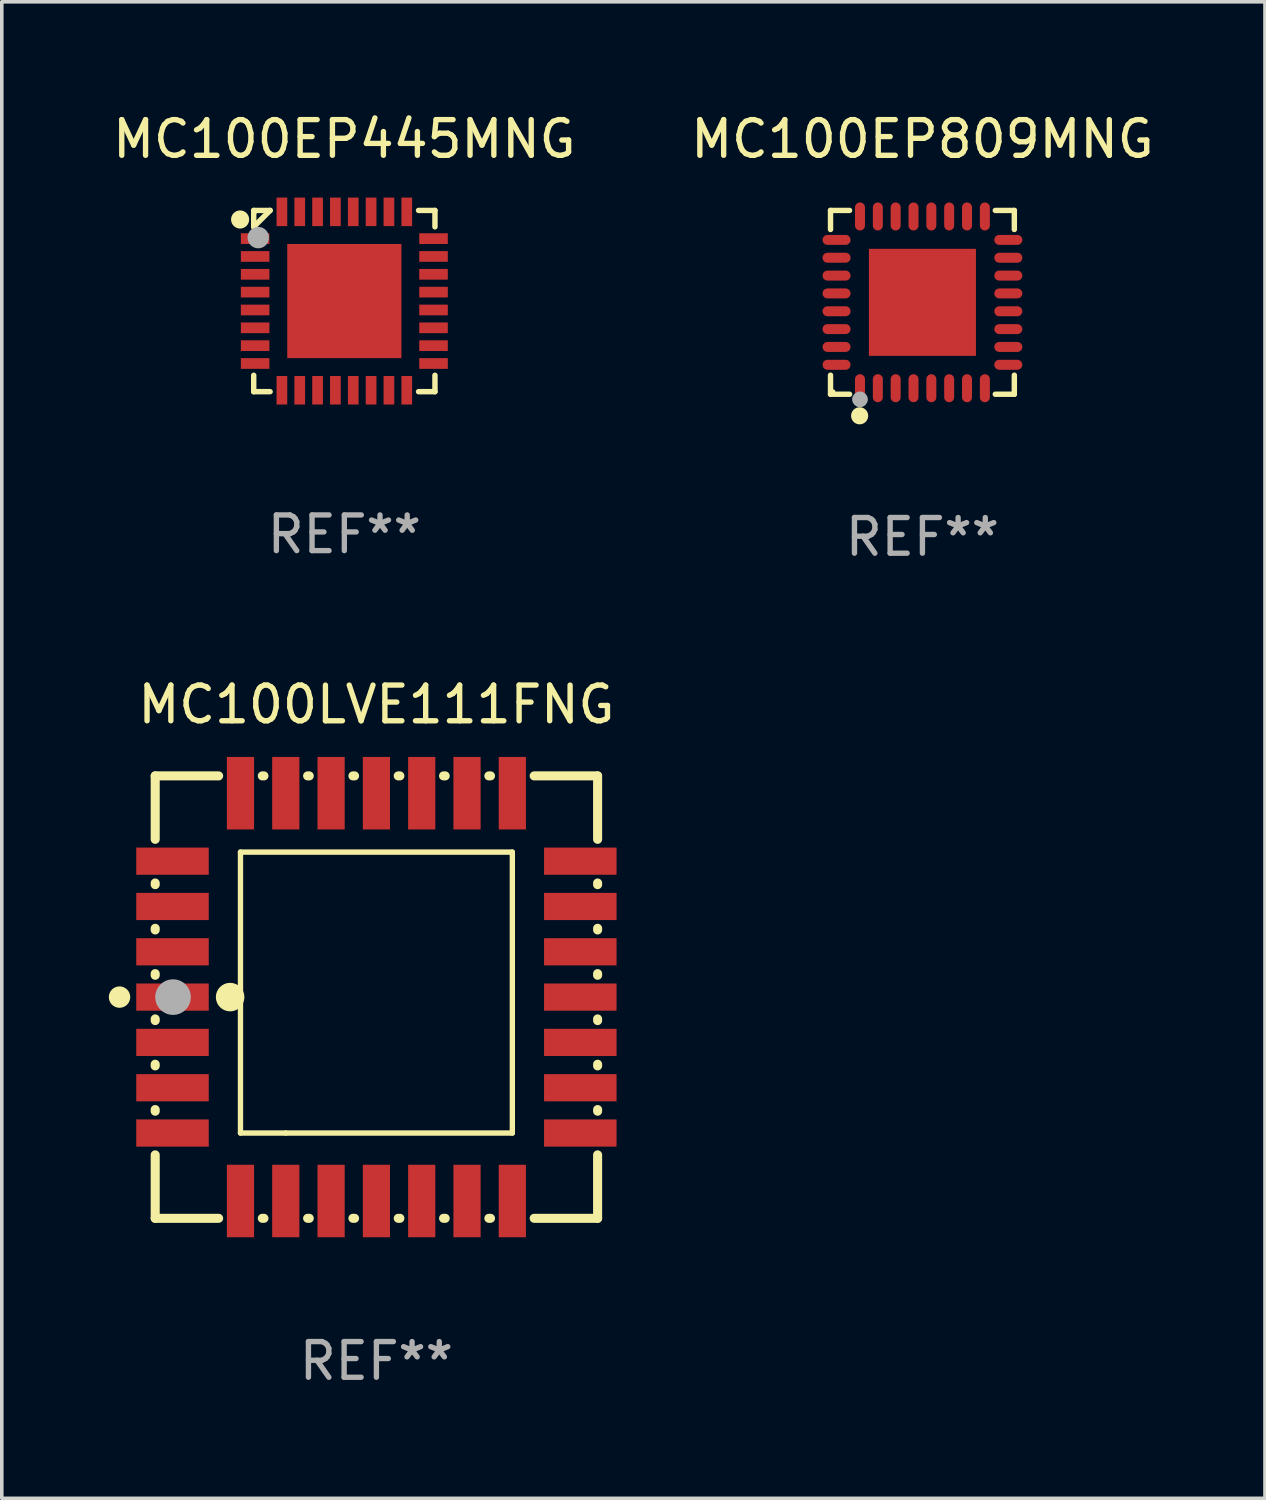
<source format=kicad_pcb>
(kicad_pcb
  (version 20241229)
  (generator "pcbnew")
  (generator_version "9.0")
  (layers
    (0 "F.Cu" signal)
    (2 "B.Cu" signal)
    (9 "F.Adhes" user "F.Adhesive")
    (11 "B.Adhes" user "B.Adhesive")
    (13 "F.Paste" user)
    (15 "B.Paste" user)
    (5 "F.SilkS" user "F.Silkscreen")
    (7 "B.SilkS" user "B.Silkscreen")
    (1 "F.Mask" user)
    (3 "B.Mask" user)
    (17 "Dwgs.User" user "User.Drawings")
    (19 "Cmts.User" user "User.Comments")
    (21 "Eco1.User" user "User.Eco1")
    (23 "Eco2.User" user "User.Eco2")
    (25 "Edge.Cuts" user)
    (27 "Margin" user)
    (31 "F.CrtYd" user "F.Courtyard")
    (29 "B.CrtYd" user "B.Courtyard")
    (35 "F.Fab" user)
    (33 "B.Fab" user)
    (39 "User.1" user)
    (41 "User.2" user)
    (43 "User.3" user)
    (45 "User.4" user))
  (footprint "MC100LVE111FNG"
    (layer "F.Cu")
    (at 7.5 24.897)
    (property "Reference" "MC100LVE111FNG" (at 0 -8.2 0) (layer "F.SilkS") (effects (font (size 1 1) (thickness 0.15))))
    (attr through_hole)
    (fp_line (start -6.2 -6.2) (end -4.422 -6.2) (stroke (width 0.254) (type solid)) (layer "F.SilkS"))
    (fp_line (start -6.2 -4.422) (end -6.2 -6.2) (stroke (width 0.254) (type solid)) (layer "F.SilkS"))
    (fp_line (start -6.2 -3.152) (end -6.2 -3.198) (stroke (width 0.254) (type solid)) (layer "F.SilkS"))
    (fp_line (start -6.2 -1.882) (end -6.2 -1.928) (stroke (width 0.254) (type solid)) (layer "F.SilkS"))
    (fp_line (start -6.2 -0.612) (end -6.2 -0.658) (stroke (width 0.254) (type solid)) (layer "F.SilkS"))
    (fp_line (start -6.2 0.658) (end -6.2 0.612) (stroke (width 0.254) (type solid)) (layer "F.SilkS"))
    (fp_line (start -6.2 1.928) (end -6.2 1.882) (stroke (width 0.254) (type solid)) (layer "F.SilkS"))
    (fp_line (start -6.2 3.198) (end -6.2 3.152) (stroke (width 0.254) (type solid)) (layer "F.SilkS"))
    (fp_line (start -6.2 6.2) (end -6.2 4.422) (stroke (width 0.254) (type solid)) (layer "F.SilkS"))
    (fp_line (start -4.422 6.2) (end -6.2 6.2) (stroke (width 0.254) (type solid)) (layer "F.SilkS"))
    (fp_line (start -3.81 -4.064) (end 3.81 -4.064) (stroke (width 0.15) (type solid)) (layer "F.SilkS"))
    (fp_line (start -3.81 3.81) (end -3.81 -4.064) (stroke (width 0.15) (type solid)) (layer "F.SilkS"))
    (fp_line (start -3.198 -6.2) (end -3.152 -6.2) (stroke (width 0.254) (type solid)) (layer "F.SilkS"))
    (fp_line (start -3.152 6.2) (end -3.198 6.2) (stroke (width 0.254) (type solid)) (layer "F.SilkS"))
    (fp_line (start -2.54 3.81) (end -3.81 3.81) (stroke (width 0.15) (type solid)) (layer "F.SilkS"))
    (fp_line (start -1.928 -6.2) (end -1.882 -6.2) (stroke (width 0.254) (type solid)) (layer "F.SilkS"))
    (fp_line (start -1.882 6.2) (end -1.928 6.2) (stroke (width 0.254) (type solid)) (layer "F.SilkS"))
    (fp_line (start -0.658 -6.2) (end -0.612 -6.2) (stroke (width 0.254) (type solid)) (layer "F.SilkS"))
    (fp_line (start -0.612 6.2) (end -0.658 6.2) (stroke (width 0.254) (type solid)) (layer "F.SilkS"))
    (fp_line (start 0.612 -6.2) (end 0.658 -6.2) (stroke (width 0.254) (type solid)) (layer "F.SilkS"))
    (fp_line (start 0.658 6.2) (end 0.612 6.2) (stroke (width 0.254) (type solid)) (layer "F.SilkS"))
    (fp_line (start 1.882 -6.2) (end 1.928 -6.2) (stroke (width 0.254) (type solid)) (layer "F.SilkS"))
    (fp_line (start 1.928 6.2) (end 1.882 6.2) (stroke (width 0.254) (type solid)) (layer "F.SilkS"))
    (fp_line (start 3.152 -6.2) (end 3.198 -6.2) (stroke (width 0.254) (type solid)) (layer "F.SilkS"))
    (fp_line (start 3.198 6.2) (end 3.152 6.2) (stroke (width 0.254) (type solid)) (layer "F.SilkS"))
    (fp_line (start 3.81 -4.064) (end 3.81 3.81) (stroke (width 0.15) (type solid)) (layer "F.SilkS"))
    (fp_line (start 3.81 3.81) (end -2.54 3.81) (stroke (width 0.15) (type solid)) (layer "F.SilkS"))
    (fp_line (start 4.422 -6.2) (end 6.2 -6.2) (stroke (width 0.254) (type solid)) (layer "F.SilkS"))
    (fp_line (start 6.2 -6.2) (end 6.2 -4.422) (stroke (width 0.254) (type solid)) (layer "F.SilkS"))
    (fp_line (start 6.2 -3.198) (end 6.2 -3.152) (stroke (width 0.254) (type solid)) (layer "F.SilkS"))
    (fp_line (start 6.2 -1.928) (end 6.2 -1.882) (stroke (width 0.254) (type solid)) (layer "F.SilkS"))
    (fp_line (start 6.2 -0.658) (end 6.2 -0.612) (stroke (width 0.254) (type solid)) (layer "F.SilkS"))
    (fp_line (start 6.2 0.612) (end 6.2 0.658) (stroke (width 0.254) (type solid)) (layer "F.SilkS"))
    (fp_line (start 6.2 1.882) (end 6.2 1.928) (stroke (width 0.254) (type solid)) (layer "F.SilkS"))
    (fp_line (start 6.2 3.152) (end 6.2 3.198) (stroke (width 0.254) (type solid)) (layer "F.SilkS"))
    (fp_line (start 6.2 4.422) (end 6.2 6.2) (stroke (width 0.254) (type solid)) (layer "F.SilkS"))
    (fp_line (start 6.2 6.2) (end 4.422 6.2) (stroke (width 0.254) (type solid)) (layer "F.SilkS"))
    (fp_circle (center -7.2 0) (end -7.05 0) (stroke (width 0.3) (type solid)) (fill no) (layer "F.SilkS"))
    (fp_circle (center -6.223 6.223) (end -6.193 6.223) (stroke (width 0.06) (type solid)) (fill no) (layer "F.SilkS"))
    (fp_circle (center -4.1 0) (end -3.9 0) (stroke (width 0.4) (type solid)) (fill no) (layer "F.SilkS"))
    (fp_circle (center -5.7 0) (end -5.45 0) (stroke (width 0.5) (type solid)) (fill no) (layer "F.Fab"))
    (fp_text user "REF**" (at 0 10.2 0) (layer "F.Fab") (effects (font (size 1 1) (thickness 0.15))))
    (pad "1" smd rect (at -5.715 0) (size 2.032 0.762) (layers "F.Cu" "F.Mask" "F.Paste"))
    (pad "2" smd rect (at -5.715 1.27) (size 2.032 0.762) (layers "F.Cu" "F.Mask" "F.Paste"))
    (pad "3" smd rect (at -5.715 2.54) (size 2.032 0.762) (layers "F.Cu" "F.Mask" "F.Paste"))
    (pad "4" smd rect (at -5.715 3.81) (size 2.032 0.762) (layers "F.Cu" "F.Mask" "F.Paste"))
    (pad "5" smd rect (at -3.81 5.715) (size 0.762 2.032) (layers "F.Cu" "F.Mask" "F.Paste"))
    (pad "6" smd rect (at -2.54 5.715) (size 0.762 2.032) (layers "F.Cu" "F.Mask" "F.Paste"))
    (pad "7" smd rect (at -1.27 5.715) (size 0.762 2.032) (layers "F.Cu" "F.Mask" "F.Paste"))
    (pad "8" smd rect (at 0 5.715) (size 0.762 2.032) (layers "F.Cu" "F.Mask" "F.Paste"))
    (pad "9" smd rect (at 1.27 5.715) (size 0.762 2.032) (layers "F.Cu" "F.Mask" "F.Paste"))
    (pad "10" smd rect (at 2.54 5.715) (size 0.762 2.032) (layers "F.Cu" "F.Mask" "F.Paste"))
    (pad "11" smd rect (at 3.81 5.715) (size 0.762 2.032) (layers "F.Cu" "F.Mask" "F.Paste"))
    (pad "12" smd rect (at 5.715 3.81) (size 2.032 0.762) (layers "F.Cu" "F.Mask" "F.Paste"))
    (pad "13" smd rect (at 5.715 2.54) (size 2.032 0.762) (layers "F.Cu" "F.Mask" "F.Paste"))
    (pad "14" smd rect (at 5.715 1.27) (size 2.032 0.762) (layers "F.Cu" "F.Mask" "F.Paste"))
    (pad "15" smd rect (at 5.715 0) (size 2.032 0.762) (layers "F.Cu" "F.Mask" "F.Paste"))
    (pad "16" smd rect (at 5.715 -1.27) (size 2.032 0.762) (layers "F.Cu" "F.Mask" "F.Paste"))
    (pad "17" smd rect (at 5.715 -2.54) (size 2.032 0.762) (layers "F.Cu" "F.Mask" "F.Paste"))
    (pad "18" smd rect (at 5.715 -3.81) (size 2.032 0.762) (layers "F.Cu" "F.Mask" "F.Paste"))
    (pad "19" smd rect (at 3.81 -5.715) (size 0.762 2.032) (layers "F.Cu" "F.Mask" "F.Paste"))
    (pad "20" smd rect (at 2.54 -5.715) (size 0.762 2.032) (layers "F.Cu" "F.Mask" "F.Paste"))
    (pad "21" smd rect (at 1.27 -5.715) (size 0.762 2.032) (layers "F.Cu" "F.Mask" "F.Paste"))
    (pad "22" smd rect (at 0 -5.715) (size 0.762 2.032) (layers "F.Cu" "F.Mask" "F.Paste"))
    (pad "23" smd rect (at -1.27 -5.715) (size 0.762 2.032) (layers "F.Cu" "F.Mask" "F.Paste"))
    (pad "24" smd rect (at -2.54 -5.715) (size 0.762 2.032) (layers "F.Cu" "F.Mask" "F.Paste"))
    (pad "25" smd rect (at -3.81 -5.715) (size 0.762 2.032) (layers "F.Cu" "F.Mask" "F.Paste"))
    (pad "26" smd rect (at -5.715 -3.81) (size 2.032 0.762) (layers "F.Cu" "F.Mask" "F.Paste"))
    (pad "27" smd rect (at -5.715 -2.54) (size 2.032 0.762) (layers "F.Cu" "F.Mask" "F.Paste"))
    (pad "28" smd rect (at -5.715 -1.27) (size 2.032 0.762) (layers "F.Cu" "F.Mask" "F.Paste")))
  (footprint "MC100EP809MNG"
    (layer "F.Cu")
    (at 22.804 5.424)
    (property "Reference" "MC100EP809MNG" (at 0 -4.576 0) (layer "F.SilkS") (effects (font (size 1 1) (thickness 0.15))))
    (attr through_hole)
    (fp_line (start -2.576 -2.576) (end -2.576 -2.042) (stroke (width 0.152) (type solid)) (layer "F.SilkS"))
    (fp_line (start -2.576 2.576) (end -2.576 2.042) (stroke (width 0.152) (type solid)) (layer "F.SilkS"))
    (fp_line (start -2.042 -2.576) (end -2.576 -2.576) (stroke (width 0.152) (type solid)) (layer "F.SilkS"))
    (fp_line (start -2.042 2.576) (end -2.576 2.576) (stroke (width 0.152) (type solid)) (layer "F.SilkS"))
    (fp_line (start 2.042 -2.576) (end 2.576 -2.576) (stroke (width 0.152) (type solid)) (layer "F.SilkS"))
    (fp_line (start 2.042 2.576) (end 2.576 2.576) (stroke (width 0.152) (type solid)) (layer "F.SilkS"))
    (fp_line (start 2.576 -2.576) (end 2.576 -2.042) (stroke (width 0.152) (type solid)) (layer "F.SilkS"))
    (fp_line (start 2.576 2.576) (end 2.576 2.042) (stroke (width 0.152) (type solid)) (layer "F.SilkS"))
    (fp_circle (center -2.5 2.5) (end -2.47 2.5) (stroke (width 0.06) (type solid)) (fill no) (layer "F.SilkS"))
    (fp_circle (center -1.76 3.18) (end -1.64 3.18) (stroke (width 0.24) (type solid)) (fill no) (layer "F.SilkS"))
    (fp_circle (center -1.75 2.72) (end -1.64 2.72) (stroke (width 0.22) (type solid)) (fill no) (layer "F.Fab"))
    (fp_text user "REF**" (at 0 6.576 0) (layer "F.Fab") (effects (font (size 1 1) (thickness 0.15))))
    (pad "1" smd oval (at -1.75 2.407) (size 0.28 0.785) (layers "F.Cu" "F.Mask" "F.Paste"))
    (pad "2" smd oval (at -1.25 2.407) (size 0.28 0.785) (layers "F.Cu" "F.Mask" "F.Paste"))
    (pad "3" smd oval (at -0.75 2.407) (size 0.28 0.785) (layers "F.Cu" "F.Mask" "F.Paste"))
    (pad "4" smd oval (at -0.25 2.407) (size 0.28 0.785) (layers "F.Cu" "F.Mask" "F.Paste"))
    (pad "5" smd oval (at 0.25 2.407) (size 0.28 0.785) (layers "F.Cu" "F.Mask" "F.Paste"))
    (pad "6" smd oval (at 0.75 2.407) (size 0.28 0.785) (layers "F.Cu" "F.Mask" "F.Paste"))
    (pad "7" smd oval (at 1.25 2.407) (size 0.28 0.785) (layers "F.Cu" "F.Mask" "F.Paste"))
    (pad "8" smd oval (at 1.75 2.407) (size 0.28 0.785) (layers "F.Cu" "F.Mask" "F.Paste"))
    (pad "9" smd oval (at 2.407 1.75) (size 0.785 0.28) (layers "F.Cu" "F.Mask" "F.Paste"))
    (pad "10" smd oval (at 2.407 1.25) (size 0.785 0.28) (layers "F.Cu" "F.Mask" "F.Paste"))
    (pad "11" smd oval (at 2.407 0.75) (size 0.785 0.28) (layers "F.Cu" "F.Mask" "F.Paste"))
    (pad "12" smd oval (at 2.407 0.25) (size 0.785 0.28) (layers "F.Cu" "F.Mask" "F.Paste"))
    (pad "13" smd oval (at 2.407 -0.25) (size 0.785 0.28) (layers "F.Cu" "F.Mask" "F.Paste"))
    (pad "14" smd oval (at 2.407 -0.75) (size 0.785 0.28) (layers "F.Cu" "F.Mask" "F.Paste"))
    (pad "15" smd oval (at 2.407 -1.25) (size 0.785 0.28) (layers "F.Cu" "F.Mask" "F.Paste"))
    (pad "16" smd oval (at 2.407 -1.75) (size 0.785 0.28) (layers "F.Cu" "F.Mask" "F.Paste"))
    (pad "17" smd oval (at 1.75 -2.407) (size 0.28 0.785) (layers "F.Cu" "F.Mask" "F.Paste"))
    (pad "18" smd oval (at 1.25 -2.407) (size 0.28 0.785) (layers "F.Cu" "F.Mask" "F.Paste"))
    (pad "19" smd oval (at 0.75 -2.407) (size 0.28 0.785) (layers "F.Cu" "F.Mask" "F.Paste"))
    (pad "20" smd oval (at 0.25 -2.407) (size 0.28 0.785) (layers "F.Cu" "F.Mask" "F.Paste"))
    (pad "21" smd oval (at -0.25 -2.407) (size 0.28 0.785) (layers "F.Cu" "F.Mask" "F.Paste"))
    (pad "22" smd oval (at -0.75 -2.407) (size 0.28 0.785) (layers "F.Cu" "F.Mask" "F.Paste"))
    (pad "23" smd oval (at -1.25 -2.407) (size 0.28 0.785) (layers "F.Cu" "F.Mask" "F.Paste"))
    (pad "24" smd oval (at -1.75 -2.407) (size 0.28 0.785) (layers "F.Cu" "F.Mask" "F.Paste"))
    (pad "25" smd oval (at -2.407 -1.75) (size 0.785 0.28) (layers "F.Cu" "F.Mask" "F.Paste"))
    (pad "26" smd oval (at -2.407 -1.25) (size 0.785 0.28) (layers "F.Cu" "F.Mask" "F.Paste"))
    (pad "27" smd oval (at -2.407 -0.75) (size 0.785 0.28) (layers "F.Cu" "F.Mask" "F.Paste"))
    (pad "28" smd oval (at -2.407 -0.25) (size 0.785 0.28) (layers "F.Cu" "F.Mask" "F.Paste"))
    (pad "29" smd oval (at -2.407 0.25) (size 0.785 0.28) (layers "F.Cu" "F.Mask" "F.Paste"))
    (pad "30" smd oval (at -2.407 0.75) (size 0.785 0.28) (layers "F.Cu" "F.Mask" "F.Paste"))
    (pad "31" smd oval (at -2.407 1.25) (size 0.785 0.28) (layers "F.Cu" "F.Mask" "F.Paste"))
    (pad "32" smd oval (at -2.407 1.75) (size 0.785 0.28) (layers "F.Cu" "F.Mask" "F.Paste"))
    (pad "33" smd rect (at 0 0) (size 3 3) (layers "F.Cu" "F.Mask" "F.Paste")))
  (footprint "MC100EP445MNG"
    (layer "F.Cu")
    (at 6.601 5.388)
    (property "Reference" "MC100EP445MNG" (at 0 -4.54 0) (layer "F.SilkS") (effects (font (size 1 1) (thickness 0.15))))
    (attr through_hole)
    (fp_line (start -2.54 -2.54) (end -2.08 -2.54) (stroke (width 0.152) (type solid)) (layer "F.SilkS"))
    (fp_line (start -2.54 -2.08) (end -2.54 -2.54) (stroke (width 0.152) (type solid)) (layer "F.SilkS"))
    (fp_line (start -2.54 -2.08) (end -2.08 -2.54) (stroke (width 0.152) (type solid)) (layer "F.SilkS"))
    (fp_line (start -2.54 2.54) (end -2.54 2.08) (stroke (width 0.152) (type solid)) (layer "F.SilkS"))
    (fp_line (start -2.08 2.54) (end -2.54 2.54) (stroke (width 0.152) (type solid)) (layer "F.SilkS"))
    (fp_line (start 2.08 -2.54) (end 2.54 -2.54) (stroke (width 0.152) (type solid)) (layer "F.SilkS"))
    (fp_line (start 2.54 -2.54) (end 2.54 -2.08) (stroke (width 0.152) (type solid)) (layer "F.SilkS"))
    (fp_line (start 2.54 2.08) (end 2.54 2.54) (stroke (width 0.152) (type solid)) (layer "F.SilkS"))
    (fp_line (start 2.54 2.54) (end 2.08 2.54) (stroke (width 0.152) (type solid)) (layer "F.SilkS"))
    (fp_circle (center -2.921 -2.286) (end -2.794 -2.286) (stroke (width 0.254) (type solid)) (fill no) (layer "F.SilkS"))
    (fp_circle (center -2.5 -2.5) (end -2.47 -2.5) (stroke (width 0.06) (type solid)) (fill no) (layer "F.SilkS"))
    (fp_circle (center -2.413 -1.778) (end -2.263 -1.778) (stroke (width 0.3) (type solid)) (fill no) (layer "F.Fab"))
    (fp_text user "REF**" (at 0 6.54 0) (layer "F.Fab") (effects (font (size 1 1) (thickness 0.15))))
    (pad "1" smd rect (at -2.5 -1.75 90) (size 0.3 0.8) (layers "F.Cu" "F.Mask" "F.Paste"))
    (pad "2" smd rect (at -2.5 -1.25 90) (size 0.3 0.8) (layers "F.Cu" "F.Mask" "F.Paste"))
    (pad "3" smd rect (at -2.5 -0.75 90) (size 0.3 0.8) (layers "F.Cu" "F.Mask" "F.Paste"))
    (pad "4" smd rect (at -2.5 -0.25 90) (size 0.3 0.8) (layers "F.Cu" "F.Mask" "F.Paste"))
    (pad "5" smd rect (at -2.5 0.25 90) (size 0.3 0.8) (layers "F.Cu" "F.Mask" "F.Paste"))
    (pad "6" smd rect (at -2.5 0.75 90) (size 0.3 0.8) (layers "F.Cu" "F.Mask" "F.Paste"))
    (pad "7" smd rect (at -2.5 1.25 90) (size 0.3 0.8) (layers "F.Cu" "F.Mask" "F.Paste"))
    (pad "8" smd rect (at -2.5 1.75 90) (size 0.3 0.8) (layers "F.Cu" "F.Mask" "F.Paste"))
    (pad "9" smd rect (at -1.75 2.5 180) (size 0.3 0.8) (layers "F.Cu" "F.Mask" "F.Paste"))
    (pad "10" smd rect (at -1.25 2.5 180) (size 0.3 0.8) (layers "F.Cu" "F.Mask" "F.Paste"))
    (pad "11" smd rect (at -0.75 2.5 180) (size 0.3 0.8) (layers "F.Cu" "F.Mask" "F.Paste"))
    (pad "12" smd rect (at -0.25 2.5 180) (size 0.3 0.8) (layers "F.Cu" "F.Mask" "F.Paste"))
    (pad "13" smd rect (at 0.25 2.5 180) (size 0.3 0.8) (layers "F.Cu" "F.Mask" "F.Paste"))
    (pad "14" smd rect (at 0.75 2.5 180) (size 0.3 0.8) (layers "F.Cu" "F.Mask" "F.Paste"))
    (pad "15" smd rect (at 1.25 2.5 180) (size 0.3 0.8) (layers "F.Cu" "F.Mask" "F.Paste"))
    (pad "16" smd rect (at 1.75 2.5 180) (size 0.3 0.8) (layers "F.Cu" "F.Mask" "F.Paste"))
    (pad "17" smd rect (at 2.5 1.75 270) (size 0.3 0.8) (layers "F.Cu" "F.Mask" "F.Paste"))
    (pad "18" smd rect (at 2.5 1.25 270) (size 0.3 0.8) (layers "F.Cu" "F.Mask" "F.Paste"))
    (pad "19" smd rect (at 2.5 0.75 270) (size 0.3 0.8) (layers "F.Cu" "F.Mask" "F.Paste"))
    (pad "20" smd rect (at 2.5 0.25 270) (size 0.3 0.8) (layers "F.Cu" "F.Mask" "F.Paste"))
    (pad "21" smd rect (at 2.5 -0.25 270) (size 0.3 0.8) (layers "F.Cu" "F.Mask" "F.Paste"))
    (pad "22" smd rect (at 2.5 -0.75 270) (size 0.3 0.8) (layers "F.Cu" "F.Mask" "F.Paste"))
    (pad "23" smd rect (at 2.5 -1.25 270) (size 0.3 0.8) (layers "F.Cu" "F.Mask" "F.Paste"))
    (pad "24" smd rect (at 2.5 -1.75 270) (size 0.3 0.8) (layers "F.Cu" "F.Mask" "F.Paste"))
    (pad "25" smd rect (at 1.75 -2.5) (size 0.3 0.8) (layers "F.Cu" "F.Mask" "F.Paste"))
    (pad "26" smd rect (at 1.25 -2.5) (size 0.3 0.8) (layers "F.Cu" "F.Mask" "F.Paste"))
    (pad "27" smd rect (at 0.75 -2.5) (size 0.3 0.8) (layers "F.Cu" "F.Mask" "F.Paste"))
    (pad "28" smd rect (at 0.25 -2.5) (size 0.3 0.8) (layers "F.Cu" "F.Mask" "F.Paste"))
    (pad "29" smd rect (at -0.25 -2.5) (size 0.3 0.8) (layers "F.Cu" "F.Mask" "F.Paste"))
    (pad "30" smd rect (at -0.75 -2.5) (size 0.3 0.8) (layers "F.Cu" "F.Mask" "F.Paste"))
    (pad "31" smd rect (at -1.25 -2.5) (size 0.3 0.8) (layers "F.Cu" "F.Mask" "F.Paste"))
    (pad "32" smd rect (at -1.75 -2.5) (size 0.3 0.8) (layers "F.Cu" "F.Mask" "F.Paste"))
    (pad "33" smd rect (at 0 0 90) (size 3.2 3.2) (layers "F.Cu" "F.Mask" "F.Paste")))
  (gr_rect
    (start -3 -3)
    (end 32.405 38.945)
    (stroke (width 0.1) (type default))
    (fill no)
    (layer "Edge.Cuts")))
</source>
